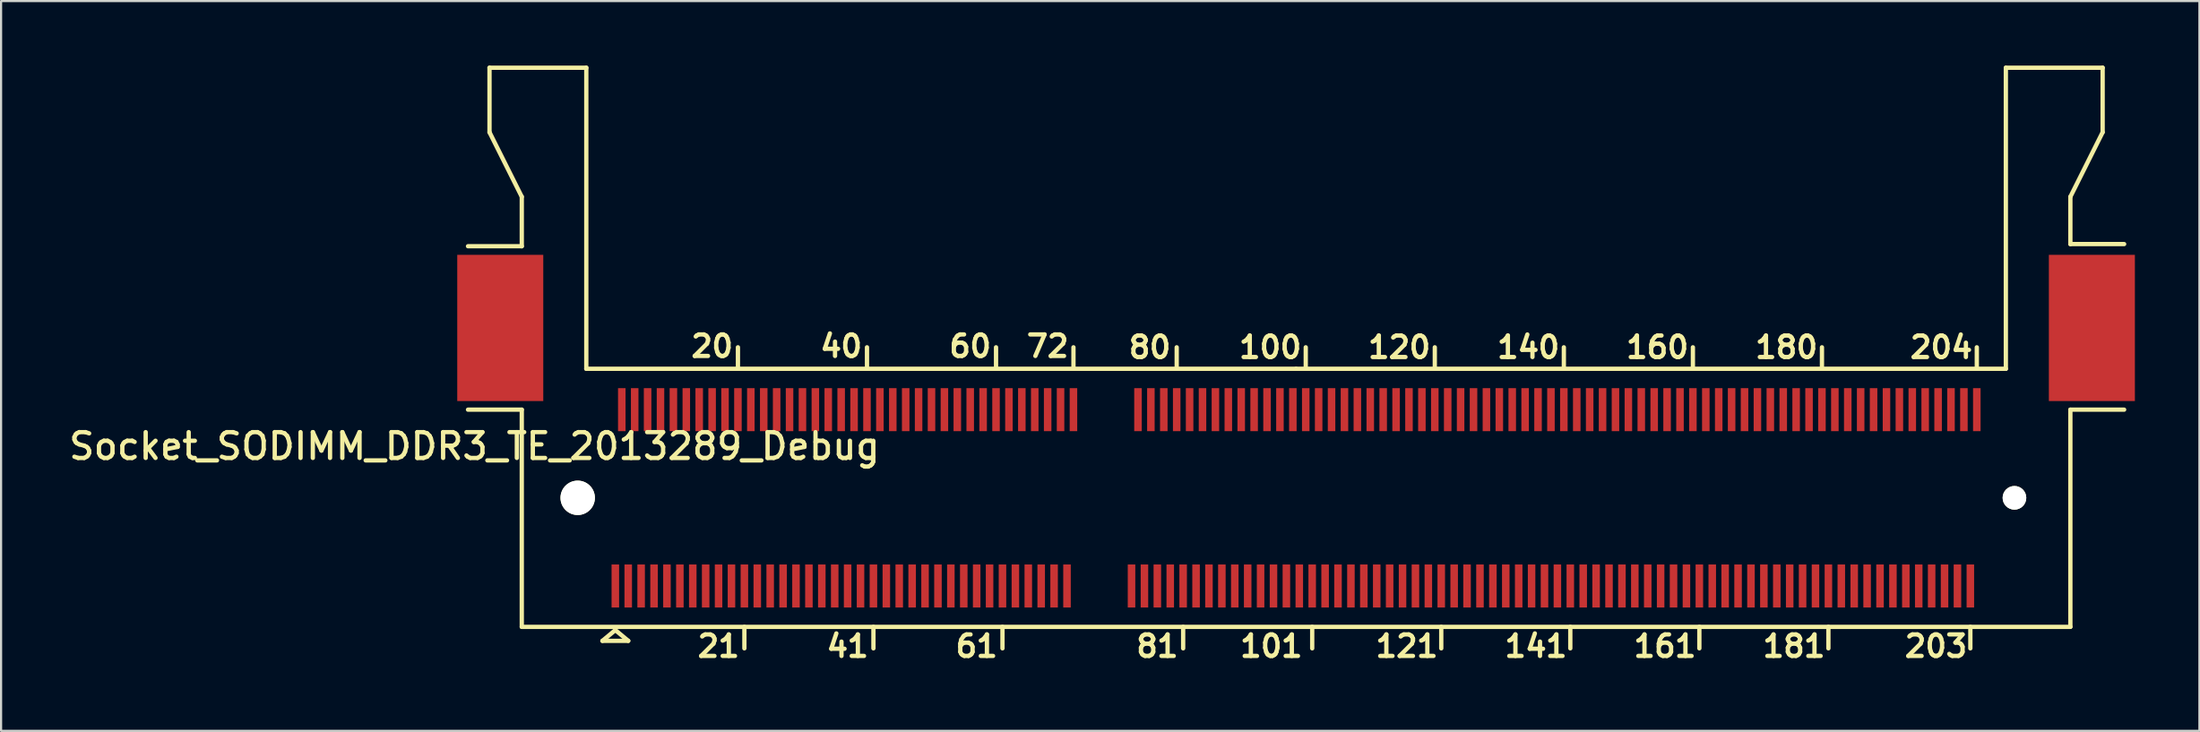
<source format=kicad_pcb>
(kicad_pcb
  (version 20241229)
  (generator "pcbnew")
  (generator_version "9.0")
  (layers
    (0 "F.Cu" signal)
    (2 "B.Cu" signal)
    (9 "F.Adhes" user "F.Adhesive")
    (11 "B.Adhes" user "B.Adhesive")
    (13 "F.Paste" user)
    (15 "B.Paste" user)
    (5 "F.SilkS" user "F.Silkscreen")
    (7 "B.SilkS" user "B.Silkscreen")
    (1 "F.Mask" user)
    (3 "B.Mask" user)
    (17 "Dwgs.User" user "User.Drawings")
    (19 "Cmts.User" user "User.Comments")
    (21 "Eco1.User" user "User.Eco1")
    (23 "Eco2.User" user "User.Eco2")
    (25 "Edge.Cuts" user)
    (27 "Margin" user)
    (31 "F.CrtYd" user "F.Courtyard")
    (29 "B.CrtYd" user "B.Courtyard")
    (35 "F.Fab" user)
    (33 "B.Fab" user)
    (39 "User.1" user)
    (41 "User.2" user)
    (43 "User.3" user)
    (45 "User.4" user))
  (footprint "Socket_SODIMM_DDR3_TE_2013289_Debug"
    (layer "F.Cu")
    (at 57.209 20.1)
    (property "Reference" "Socket_SODIMM_DDR3_TE_2013289_Debug" (at -38.2 -2.4 0) (layer "F.SilkS") (effects (font (size 1.2 1.2) (thickness 0.2))))
    (attr smd)
    (fp_line (start -37.5 -20) (end -37.5 -17) (stroke (width 0.2) (type solid)) (layer "F.SilkS"))
    (fp_line (start -37.5 -17) (end -36 -14) (stroke (width 0.2) (type solid)) (layer "F.SilkS"))
    (fp_line (start -36 -14) (end -36 -11.7) (stroke (width 0.2) (type solid)) (layer "F.SilkS"))
    (fp_line (start -36 -11.7) (end -38.5 -11.7) (stroke (width 0.2) (type solid)) (layer "F.SilkS"))
    (fp_line (start -36 -4.1) (end -38.5 -4.1) (stroke (width 0.2) (type solid)) (layer "F.SilkS"))
    (fp_line (start -36 -4.1) (end -36 6) (stroke (width 0.2) (type solid)) (layer "F.SilkS"))
    (fp_line (start -36 6) (end 36 6) (stroke (width 0.2) (type solid)) (layer "F.SilkS"))
    (fp_line (start -33 -20) (end -37.5 -20) (stroke (width 0.2) (type solid)) (layer "F.SilkS"))
    (fp_line (start -33 -6) (end -33 -20) (stroke (width 0.2) (type solid)) (layer "F.SilkS"))
    (fp_line (start -32.25 6.65) (end -31.65 6.15) (stroke (width 0.2) (type solid)) (layer "F.SilkS"))
    (fp_line (start -31.65 6.15) (end -31.05 6.65) (stroke (width 0.2) (type solid)) (layer "F.SilkS"))
    (fp_line (start -31.05 6.65) (end -32.25 6.65) (stroke (width 0.2) (type solid)) (layer "F.SilkS"))
    (fp_line (start -25.95 -6) (end -25.95 -7) (stroke (width 0.2) (type solid)) (layer "F.SilkS"))
    (fp_line (start -25.65 7) (end -25.65 6) (stroke (width 0.2) (type solid)) (layer "F.SilkS"))
    (fp_line (start -19.95 -6) (end -19.95 -7) (stroke (width 0.2) (type solid)) (layer "F.SilkS"))
    (fp_line (start -19.65 7) (end -19.65 6) (stroke (width 0.2) (type solid)) (layer "F.SilkS"))
    (fp_line (start -13.95 -6) (end -13.95 -7) (stroke (width 0.2) (type solid)) (layer "F.SilkS"))
    (fp_line (start -13.65 7) (end -13.65 6) (stroke (width 0.2) (type solid)) (layer "F.SilkS"))
    (fp_line (start -10.35 -6) (end -10.35 -7) (stroke (width 0.2) (type solid)) (layer "F.SilkS"))
    (fp_line (start -5.55 -6) (end -5.55 -7) (stroke (width 0.2) (type solid)) (layer "F.SilkS"))
    (fp_line (start -5.25 7) (end -5.25 6) (stroke (width 0.2) (type solid)) (layer "F.SilkS"))
    (fp_line (start 0 -6) (end -33 -6) (stroke (width 0.2) (type solid)) (layer "F.SilkS"))
    (fp_line (start 0.45 -6) (end 0.45 -7) (stroke (width 0.2) (type solid)) (layer "F.SilkS"))
    (fp_line (start 0.75 7) (end 0.75 6) (stroke (width 0.2) (type solid)) (layer "F.SilkS"))
    (fp_line (start 6.45 -6) (end 6.45 -7) (stroke (width 0.2) (type solid)) (layer "F.SilkS"))
    (fp_line (start 6.75 7) (end 6.75 6) (stroke (width 0.2) (type solid)) (layer "F.SilkS"))
    (fp_line (start 12.45 -6) (end 12.45 -7) (stroke (width 0.2) (type solid)) (layer "F.SilkS"))
    (fp_line (start 12.75 7) (end 12.75 6) (stroke (width 0.2) (type solid)) (layer "F.SilkS"))
    (fp_line (start 18.45 -6) (end 18.45 -7) (stroke (width 0.2) (type solid)) (layer "F.SilkS"))
    (fp_line (start 18.75 7) (end 18.75 6) (stroke (width 0.2) (type solid)) (layer "F.SilkS"))
    (fp_line (start 24.45 -6) (end 24.45 -7) (stroke (width 0.2) (type solid)) (layer "F.SilkS"))
    (fp_line (start 24.75 7) (end 24.75 6) (stroke (width 0.2) (type solid)) (layer "F.SilkS"))
    (fp_line (start 31.35 7) (end 31.35 6) (stroke (width 0.2) (type solid)) (layer "F.SilkS"))
    (fp_line (start 31.65 -6) (end 31.65 -7) (stroke (width 0.2) (type solid)) (layer "F.SilkS"))
    (fp_line (start 33 -20) (end 33 -6) (stroke (width 0.2) (type solid)) (layer "F.SilkS"))
    (fp_line (start 33 -6) (end 0 -6) (stroke (width 0.2) (type solid)) (layer "F.SilkS"))
    (fp_line (start 36 -14) (end 36 -11.8) (stroke (width 0.2) (type solid)) (layer "F.SilkS"))
    (fp_line (start 36 -14) (end 37.5 -17) (stroke (width 0.2) (type solid)) (layer "F.SilkS"))
    (fp_line (start 36 -11.8) (end 38.5 -11.8) (stroke (width 0.2) (type solid)) (layer "F.SilkS"))
    (fp_line (start 36 -4.1) (end 38.5 -4.1) (stroke (width 0.2) (type solid)) (layer "F.SilkS"))
    (fp_line (start 36 6) (end 36 -4.1) (stroke (width 0.2) (type solid)) (layer "F.SilkS"))
    (fp_line (start 37.5 -20) (end 33 -20) (stroke (width 0.2) (type solid)) (layer "F.SilkS"))
    (fp_line (start 37.5 -17) (end 37.5 -20) (stroke (width 0.2) (type solid)) (layer "F.SilkS"))
    (fp_text user "121" (at 5.15 6.9 0) (layer "F.SilkS") (effects (font (size 1 1) (thickness 0.2))))
    (fp_text user "120" (at 4.8 -7 0) (layer "F.SilkS") (effects (font (size 1 1) (thickness 0.2))))
    (fp_text user "41" (at -20.85 6.9 0) (layer "F.SilkS") (effects (font (size 1 1) (thickness 0.2))))
    (fp_text user "80" (at -6.8 -7 0) (layer "F.SilkS") (effects (font (size 1 1) (thickness 0.2))))
    (fp_text user "21" (at -26.85 6.9 0) (layer "F.SilkS") (effects (font (size 1 1) (thickness 0.2))))
    (fp_text user "60" (at -15.15 -7.05 0) (layer "F.SilkS") (effects (font (size 1 1) (thickness 0.2))))
    (fp_text user "141" (at 11.15 6.9 0) (layer "F.SilkS") (effects (font (size 1 1) (thickness 0.2))))
    (fp_text user "20" (at -27.15 -7.05 0) (layer "F.SilkS") (effects (font (size 1 1) (thickness 0.2))))
    (fp_text user "81" (at -6.45 6.9 0) (layer "F.SilkS") (effects (font (size 1 1) (thickness 0.2))))
    (fp_text user "61" (at -14.85 6.9 0) (layer "F.SilkS") (effects (font (size 1 1) (thickness 0.2))))
    (fp_text user "100" (at -1.2 -7 0) (layer "F.SilkS") (effects (font (size 1 1) (thickness 0.2))))
    (fp_text user "180" (at 22.8 -7 0) (layer "F.SilkS") (effects (font (size 1 1) (thickness 0.2))))
    (fp_text user "140" (at 10.8 -7 0) (layer "F.SilkS") (effects (font (size 1 1) (thickness 0.2))))
    (fp_text user "204" (at 30 -7 0) (layer "F.SilkS") (effects (font (size 1 1) (thickness 0.2))))
    (fp_text user "101" (at -1.15 6.9 0) (layer "F.SilkS") (effects (font (size 1 1) (thickness 0.2))))
    (fp_text user "181" (at 23.15 6.9 0) (layer "F.SilkS") (effects (font (size 1 1) (thickness 0.2))))
    (fp_text user "161" (at 17.15 6.9 0) (layer "F.SilkS") (effects (font (size 1 1) (thickness 0.2))))
    (fp_text user "160" (at 16.8 -7 0) (layer "F.SilkS") (effects (font (size 1 1) (thickness 0.2))))
    (fp_text user "72" (at -11.55 -7.05 0) (layer "F.SilkS") (effects (font (size 1 1) (thickness 0.2))))
    (fp_text user "203" (at 29.75 6.9 0) (layer "F.SilkS") (effects (font (size 1 1) (thickness 0.2))))
    (fp_text user "40" (at -21.15 -7.05 0) (layer "F.SilkS") (effects (font (size 1 1) (thickness 0.2))))
    (pad "" smd rect (at -37 -7.9) (size 4 6.8) (layers "F.Cu" "F.Mask" "F.Paste"))
    (pad "" np_thru_hole circle (at -33.4 0) (size 1.6 1.6) (drill 1.6) (layers "*.Cu" "*.Mask" "F.SilkS"))
    (pad "" np_thru_hole circle (at 33.4 0) (size 1.1 1.1) (drill 1.1) (layers "*.Cu" "*.Mask" "F.SilkS"))
    (pad "" smd rect (at 37 -7.9) (size 4 6.8) (layers "F.Cu" "F.Mask" "F.Paste"))
    (pad "1" smd rect (at -31.65 4.1) (size 0.35 2) (layers "F.Cu" "F.Mask" "F.Paste"))
    (pad "2" smd rect (at -31.35 -4.1) (size 0.35 2) (layers "F.Cu" "F.Mask" "F.Paste"))
    (pad "3" smd rect (at -31.05 4.1) (size 0.35 2) (layers "F.Cu" "F.Mask" "F.Paste"))
    (pad "4" smd rect (at -30.75 -4.1) (size 0.35 2) (layers "F.Cu" "F.Mask" "F.Paste"))
    (pad "5" smd rect (at -30.45 4.1) (size 0.35 2) (layers "F.Cu" "F.Mask" "F.Paste"))
    (pad "6" smd rect (at -30.15 -4.1) (size 0.35 2) (layers "F.Cu" "F.Mask" "F.Paste"))
    (pad "7" smd rect (at -29.85 4.1) (size 0.35 2) (layers "F.Cu" "F.Mask" "F.Paste"))
    (pad "8" smd rect (at -29.55 -4.1) (size 0.35 2) (layers "F.Cu" "F.Mask" "F.Paste"))
    (pad "9" smd rect (at -29.25 4.1) (size 0.35 2) (layers "F.Cu" "F.Mask" "F.Paste"))
    (pad "10" smd rect (at -28.95 -4.1) (size 0.35 2) (layers "F.Cu" "F.Mask" "F.Paste"))
    (pad "11" smd rect (at -28.65 4.1) (size 0.35 2) (layers "F.Cu" "F.Mask" "F.Paste"))
    (pad "12" smd rect (at -28.35 -4.1) (size 0.35 2) (layers "F.Cu" "F.Mask" "F.Paste"))
    (pad "13" smd rect (at -28.05 4.1) (size 0.35 2) (layers "F.Cu" "F.Mask" "F.Paste"))
    (pad "14" smd rect (at -27.75 -4.1) (size 0.35 2) (layers "F.Cu" "F.Mask" "F.Paste"))
    (pad "15" smd rect (at -27.45 4.1) (size 0.35 2) (layers "F.Cu" "F.Mask" "F.Paste"))
    (pad "16" smd rect (at -27.15 -4.1) (size 0.35 2) (layers "F.Cu" "F.Mask" "F.Paste"))
    (pad "17" smd rect (at -26.85 4.1) (size 0.35 2) (layers "F.Cu" "F.Mask" "F.Paste"))
    (pad "18" smd rect (at -26.55 -4.1) (size 0.35 2) (layers "F.Cu" "F.Mask" "F.Paste"))
    (pad "19" smd rect (at -26.25 4.1) (size 0.35 2) (layers "F.Cu" "F.Mask" "F.Paste"))
    (pad "20" smd rect (at -25.95 -4.1) (size 0.35 2) (layers "F.Cu" "F.Mask" "F.Paste"))
    (pad "21" smd rect (at -25.65 4.1) (size 0.35 2) (layers "F.Cu" "F.Mask" "F.Paste"))
    (pad "22" smd rect (at -25.35 -4.1) (size 0.35 2) (layers "F.Cu" "F.Mask" "F.Paste"))
    (pad "23" smd rect (at -25.05 4.1) (size 0.35 2) (layers "F.Cu" "F.Mask" "F.Paste"))
    (pad "24" smd rect (at -24.75 -4.1) (size 0.35 2) (layers "F.Cu" "F.Mask" "F.Paste"))
    (pad "25" smd rect (at -24.45 4.1) (size 0.35 2) (layers "F.Cu" "F.Mask" "F.Paste"))
    (pad "26" smd rect (at -24.15 -4.1) (size 0.35 2) (layers "F.Cu" "F.Mask" "F.Paste"))
    (pad "27" smd rect (at -23.85 4.1) (size 0.35 2) (layers "F.Cu" "F.Mask" "F.Paste"))
    (pad "28" smd rect (at -23.55 -4.1) (size 0.35 2) (layers "F.Cu" "F.Mask" "F.Paste"))
    (pad "29" smd rect (at -23.25 4.1) (size 0.35 2) (layers "F.Cu" "F.Mask" "F.Paste"))
    (pad "30" smd rect (at -22.95 -4.1) (size 0.35 2) (layers "F.Cu" "F.Mask" "F.Paste"))
    (pad "31" smd rect (at -22.65 4.1) (size 0.35 2) (layers "F.Cu" "F.Mask" "F.Paste"))
    (pad "32" smd rect (at -22.35 -4.1) (size 0.35 2) (layers "F.Cu" "F.Mask" "F.Paste"))
    (pad "33" smd rect (at -22.05 4.1) (size 0.35 2) (layers "F.Cu" "F.Mask" "F.Paste"))
    (pad "34" smd rect (at -21.75 -4.1) (size 0.35 2) (layers "F.Cu" "F.Mask" "F.Paste"))
    (pad "35" smd rect (at -21.45 4.1) (size 0.35 2) (layers "F.Cu" "F.Mask" "F.Paste"))
    (pad "36" smd rect (at -21.15 -4.1) (size 0.35 2) (layers "F.Cu" "F.Mask" "F.Paste"))
    (pad "37" smd rect (at -20.85 4.1) (size 0.35 2) (layers "F.Cu" "F.Mask" "F.Paste"))
    (pad "38" smd rect (at -20.55 -4.1) (size 0.35 2) (layers "F.Cu" "F.Mask" "F.Paste"))
    (pad "39" smd rect (at -20.25 4.1) (size 0.35 2) (layers "F.Cu" "F.Mask" "F.Paste"))
    (pad "40" smd rect (at -19.95 -4.1) (size 0.35 2) (layers "F.Cu" "F.Mask" "F.Paste"))
    (pad "41" smd rect (at -19.65 4.1) (size 0.35 2) (layers "F.Cu" "F.Mask" "F.Paste"))
    (pad "42" smd rect (at -19.35 -4.1) (size 0.35 2) (layers "F.Cu" "F.Mask" "F.Paste"))
    (pad "43" smd rect (at -19.05 4.1) (size 0.35 2) (layers "F.Cu" "F.Mask" "F.Paste"))
    (pad "44" smd rect (at -18.75 -4.1) (size 0.35 2) (layers "F.Cu" "F.Mask" "F.Paste"))
    (pad "45" smd rect (at -18.45 4.1) (size 0.35 2) (layers "F.Cu" "F.Mask" "F.Paste"))
    (pad "46" smd rect (at -18.15 -4.1) (size 0.35 2) (layers "F.Cu" "F.Mask" "F.Paste"))
    (pad "47" smd rect (at -17.85 4.1) (size 0.35 2) (layers "F.Cu" "F.Mask" "F.Paste"))
    (pad "48" smd rect (at -17.55 -4.1) (size 0.35 2) (layers "F.Cu" "F.Mask" "F.Paste"))
    (pad "49" smd rect (at -17.25 4.1) (size 0.35 2) (layers "F.Cu" "F.Mask" "F.Paste"))
    (pad "50" smd rect (at -16.95 -4.1) (size 0.35 2) (layers "F.Cu" "F.Mask" "F.Paste"))
    (pad "51" smd rect (at -16.65 4.1) (size 0.35 2) (layers "F.Cu" "F.Mask" "F.Paste"))
    (pad "52" smd rect (at -16.35 -4.1) (size 0.35 2) (layers "F.Cu" "F.Mask" "F.Paste"))
    (pad "53" smd rect (at -16.05 4.1) (size 0.35 2) (layers "F.Cu" "F.Mask" "F.Paste"))
    (pad "54" smd rect (at -15.75 -4.1) (size 0.35 2) (layers "F.Cu" "F.Mask" "F.Paste"))
    (pad "55" smd rect (at -15.45 4.1) (size 0.35 2) (layers "F.Cu" "F.Mask" "F.Paste"))
    (pad "56" smd rect (at -15.15 -4.1) (size 0.35 2) (layers "F.Cu" "F.Mask" "F.Paste"))
    (pad "57" smd rect (at -14.85 4.1) (size 0.35 2) (layers "F.Cu" "F.Mask" "F.Paste"))
    (pad "58" smd rect (at -14.55 -4.1) (size 0.35 2) (layers "F.Cu" "F.Mask" "F.Paste"))
    (pad "59" smd rect (at -14.25 4.1) (size 0.35 2) (layers "F.Cu" "F.Mask" "F.Paste"))
    (pad "60" smd rect (at -13.95 -4.1) (size 0.35 2) (layers "F.Cu" "F.Mask" "F.Paste"))
    (pad "61" smd rect (at -13.65 4.1) (size 0.35 2) (layers "F.Cu" "F.Mask" "F.Paste"))
    (pad "62" smd rect (at -13.35 -4.1) (size 0.35 2) (layers "F.Cu" "F.Mask" "F.Paste"))
    (pad "63" smd rect (at -13.05 4.1) (size 0.35 2) (layers "F.Cu" "F.Mask" "F.Paste"))
    (pad "64" smd rect (at -12.75 -4.1) (size 0.35 2) (layers "F.Cu" "F.Mask" "F.Paste"))
    (pad "65" smd rect (at -12.45 4.1) (size 0.35 2) (layers "F.Cu" "F.Mask" "F.Paste"))
    (pad "66" smd rect (at -12.15 -4.1) (size 0.35 2) (layers "F.Cu" "F.Mask" "F.Paste"))
    (pad "67" smd rect (at -11.85 4.1) (size 0.35 2) (layers "F.Cu" "F.Mask" "F.Paste"))
    (pad "68" smd rect (at -11.55 -4.1) (size 0.35 2) (layers "F.Cu" "F.Mask" "F.Paste"))
    (pad "69" smd rect (at -11.25 4.1) (size 0.35 2) (layers "F.Cu" "F.Mask" "F.Paste"))
    (pad "70" smd rect (at -10.95 -4.1) (size 0.35 2) (layers "F.Cu" "F.Mask" "F.Paste"))
    (pad "71" smd rect (at -10.65 4.1) (size 0.35 2) (layers "F.Cu" "F.Mask" "F.Paste"))
    (pad "72" smd rect (at -10.35 -4.1) (size 0.35 2) (layers "F.Cu" "F.Mask" "F.Paste"))
    (pad "73" smd rect (at -7.65 4.1) (size 0.35 2) (layers "F.Cu" "F.Mask" "F.Paste"))
    (pad "74" smd rect (at -7.35 -4.1) (size 0.35 2) (layers "F.Cu" "F.Mask" "F.Paste"))
    (pad "75" smd rect (at -7.05 4.1) (size 0.35 2) (layers "F.Cu" "F.Mask" "F.Paste"))
    (pad "76" smd rect (at -6.75 -4.1) (size 0.35 2) (layers "F.Cu" "F.Mask" "F.Paste"))
    (pad "77" smd rect (at -6.45 4.1) (size 0.35 2) (layers "F.Cu" "F.Mask" "F.Paste"))
    (pad "78" smd rect (at -6.15 -4.1) (size 0.35 2) (layers "F.Cu" "F.Mask" "F.Paste"))
    (pad "79" smd rect (at -5.85 4.1) (size 0.35 2) (layers "F.Cu" "F.Mask" "F.Paste"))
    (pad "80" smd rect (at -5.55 -4.1) (size 0.35 2) (layers "F.Cu" "F.Mask" "F.Paste"))
    (pad "81" smd rect (at -5.25 4.1) (size 0.35 2) (layers "F.Cu" "F.Mask" "F.Paste"))
    (pad "82" smd rect (at -4.95 -4.1) (size 0.35 2) (layers "F.Cu" "F.Mask" "F.Paste"))
    (pad "83" smd rect (at -4.65 4.1) (size 0.35 2) (layers "F.Cu" "F.Mask" "F.Paste"))
    (pad "84" smd rect (at -4.35 -4.1) (size 0.35 2) (layers "F.Cu" "F.Mask" "F.Paste"))
    (pad "85" smd rect (at -4.05 4.1) (size 0.35 2) (layers "F.Cu" "F.Mask" "F.Paste"))
    (pad "86" smd rect (at -3.75 -4.1) (size 0.35 2) (layers "F.Cu" "F.Mask" "F.Paste"))
    (pad "87" smd rect (at -3.45 4.1) (size 0.35 2) (layers "F.Cu" "F.Mask" "F.Paste"))
    (pad "88" smd rect (at -3.15 -4.1) (size 0.35 2) (layers "F.Cu" "F.Mask" "F.Paste"))
    (pad "89" smd rect (at -2.85 4.1) (size 0.35 2) (layers "F.Cu" "F.Mask" "F.Paste"))
    (pad "90" smd rect (at -2.55 -4.1) (size 0.35 2) (layers "F.Cu" "F.Mask" "F.Paste"))
    (pad "91" smd rect (at -2.25 4.1) (size 0.35 2) (layers "F.Cu" "F.Mask" "F.Paste"))
    (pad "92" smd rect (at -1.95 -4.1) (size 0.35 2) (layers "F.Cu" "F.Mask" "F.Paste"))
    (pad "93" smd rect (at -1.65 4.1) (size 0.35 2) (layers "F.Cu" "F.Mask" "F.Paste"))
    (pad "94" smd rect (at -1.35 -4.1) (size 0.35 2) (layers "F.Cu" "F.Mask" "F.Paste"))
    (pad "95" smd rect (at -1.05 4.1) (size 0.35 2) (layers "F.Cu" "F.Mask" "F.Paste"))
    (pad "96" smd rect (at -0.75 -4.1) (size 0.35 2) (layers "F.Cu" "F.Mask" "F.Paste"))
    (pad "97" smd rect (at -0.45 4.1) (size 0.35 2) (layers "F.Cu" "F.Mask" "F.Paste"))
    (pad "98" smd rect (at -0.15 -4.1) (size 0.35 2) (layers "F.Cu" "F.Mask" "F.Paste"))
    (pad "99" smd rect (at 0.15 4.1) (size 0.35 2) (layers "F.Cu" "F.Mask" "F.Paste"))
    (pad "100" smd rect (at 0.45 -4.1) (size 0.35 2) (layers "F.Cu" "F.Mask" "F.Paste"))
    (pad "101" smd rect (at 0.75 4.1) (size 0.35 2) (layers "F.Cu" "F.Mask" "F.Paste"))
    (pad "102" smd rect (at 1.05 -4.1) (size 0.35 2) (layers "F.Cu" "F.Mask" "F.Paste"))
    (pad "103" smd rect (at 1.35 4.1) (size 0.35 2) (layers "F.Cu" "F.Mask" "F.Paste"))
    (pad "104" smd rect (at 1.65 -4.1) (size 0.35 2) (layers "F.Cu" "F.Mask" "F.Paste"))
    (pad "105" smd rect (at 1.95 4.1) (size 0.35 2) (layers "F.Cu" "F.Mask" "F.Paste"))
    (pad "106" smd rect (at 2.25 -4.1) (size 0.35 2) (layers "F.Cu" "F.Mask" "F.Paste"))
    (pad "107" smd rect (at 2.55 4.1) (size 0.35 2) (layers "F.Cu" "F.Mask" "F.Paste"))
    (pad "108" smd rect (at 2.85 -4.1) (size 0.35 2) (layers "F.Cu" "F.Mask" "F.Paste"))
    (pad "109" smd rect (at 3.15 4.1) (size 0.35 2) (layers "F.Cu" "F.Mask" "F.Paste"))
    (pad "110" smd rect (at 3.45 -4.1) (size 0.35 2) (layers "F.Cu" "F.Mask" "F.Paste"))
    (pad "111" smd rect (at 3.75 4.1) (size 0.35 2) (layers "F.Cu" "F.Mask" "F.Paste"))
    (pad "112" smd rect (at 4.05 -4.1) (size 0.35 2) (layers "F.Cu" "F.Mask" "F.Paste"))
    (pad "113" smd rect (at 4.35 4.1) (size 0.35 2) (layers "F.Cu" "F.Mask" "F.Paste"))
    (pad "114" smd rect (at 4.65 -4.1) (size 0.35 2) (layers "F.Cu" "F.Mask" "F.Paste"))
    (pad "115" smd rect (at 4.95 4.1) (size 0.35 2) (layers "F.Cu" "F.Mask" "F.Paste"))
    (pad "116" smd rect (at 5.25 -4.1) (size 0.35 2) (layers "F.Cu" "F.Mask" "F.Paste"))
    (pad "117" smd rect (at 5.55 4.1) (size 0.35 2) (layers "F.Cu" "F.Mask" "F.Paste"))
    (pad "118" smd rect (at 5.85 -4.1) (size 0.35 2) (layers "F.Cu" "F.Mask" "F.Paste"))
    (pad "119" smd rect (at 6.15 4.1) (size 0.35 2) (layers "F.Cu" "F.Mask" "F.Paste"))
    (pad "120" smd rect (at 6.45 -4.1) (size 0.35 2) (layers "F.Cu" "F.Mask" "F.Paste"))
    (pad "121" smd rect (at 6.75 4.1) (size 0.35 2) (layers "F.Cu" "F.Mask" "F.Paste"))
    (pad "122" smd rect (at 7.05 -4.1) (size 0.35 2) (layers "F.Cu" "F.Mask" "F.Paste"))
    (pad "123" smd rect (at 7.35 4.1) (size 0.35 2) (layers "F.Cu" "F.Mask" "F.Paste"))
    (pad "124" smd rect (at 7.65 -4.1) (size 0.35 2) (layers "F.Cu" "F.Mask" "F.Paste"))
    (pad "125" smd rect (at 7.95 4.1) (size 0.35 2) (layers "F.Cu" "F.Mask" "F.Paste"))
    (pad "126" smd rect (at 8.25 -4.1) (size 0.35 2) (layers "F.Cu" "F.Mask" "F.Paste"))
    (pad "127" smd rect (at 8.55 4.1) (size 0.35 2) (layers "F.Cu" "F.Mask" "F.Paste"))
    (pad "128" smd rect (at 8.85 -4.1) (size 0.35 2) (layers "F.Cu" "F.Mask" "F.Paste"))
    (pad "129" smd rect (at 9.15 4.1) (size 0.35 2) (layers "F.Cu" "F.Mask" "F.Paste"))
    (pad "130" smd rect (at 9.45 -4.1) (size 0.35 2) (layers "F.Cu" "F.Mask" "F.Paste"))
    (pad "131" smd rect (at 9.75 4.1) (size 0.35 2) (layers "F.Cu" "F.Mask" "F.Paste"))
    (pad "132" smd rect (at 10.05 -4.1) (size 0.35 2) (layers "F.Cu" "F.Mask" "F.Paste"))
    (pad "133" smd rect (at 10.35 4.1) (size 0.35 2) (layers "F.Cu" "F.Mask" "F.Paste"))
    (pad "134" smd rect (at 10.65 -4.1) (size 0.35 2) (layers "F.Cu" "F.Mask" "F.Paste"))
    (pad "135" smd rect (at 10.95 4.1) (size 0.35 2) (layers "F.Cu" "F.Mask" "F.Paste"))
    (pad "136" smd rect (at 11.25 -4.1) (size 0.35 2) (layers "F.Cu" "F.Mask" "F.Paste"))
    (pad "137" smd rect (at 11.55 4.1) (size 0.35 2) (layers "F.Cu" "F.Mask" "F.Paste"))
    (pad "138" smd rect (at 11.85 -4.1) (size 0.35 2) (layers "F.Cu" "F.Mask" "F.Paste"))
    (pad "139" smd rect (at 12.15 4.1) (size 0.35 2) (layers "F.Cu" "F.Mask" "F.Paste"))
    (pad "140" smd rect (at 12.45 -4.1) (size 0.35 2) (layers "F.Cu" "F.Mask" "F.Paste"))
    (pad "141" smd rect (at 12.75 4.1) (size 0.35 2) (layers "F.Cu" "F.Mask" "F.Paste"))
    (pad "142" smd rect (at 13.05 -4.1) (size 0.35 2) (layers "F.Cu" "F.Mask" "F.Paste"))
    (pad "143" smd rect (at 13.35 4.1) (size 0.35 2) (layers "F.Cu" "F.Mask" "F.Paste"))
    (pad "144" smd rect (at 13.65 -4.1) (size 0.35 2) (layers "F.Cu" "F.Mask" "F.Paste"))
    (pad "145" smd rect (at 13.95 4.1) (size 0.35 2) (layers "F.Cu" "F.Mask" "F.Paste"))
    (pad "146" smd rect (at 14.25 -4.1) (size 0.35 2) (layers "F.Cu" "F.Mask" "F.Paste"))
    (pad "147" smd rect (at 14.55 4.1) (size 0.35 2) (layers "F.Cu" "F.Mask" "F.Paste"))
    (pad "148" smd rect (at 14.85 -4.1) (size 0.35 2) (layers "F.Cu" "F.Mask" "F.Paste"))
    (pad "149" smd rect (at 15.15 4.1) (size 0.35 2) (layers "F.Cu" "F.Mask" "F.Paste"))
    (pad "150" smd rect (at 15.45 -4.1) (size 0.35 2) (layers "F.Cu" "F.Mask" "F.Paste"))
    (pad "151" smd rect (at 15.75 4.1) (size 0.35 2) (layers "F.Cu" "F.Mask" "F.Paste"))
    (pad "152" smd rect (at 16.05 -4.1) (size 0.35 2) (layers "F.Cu" "F.Mask" "F.Paste"))
    (pad "153" smd rect (at 16.35 4.1) (size 0.35 2) (layers "F.Cu" "F.Mask" "F.Paste"))
    (pad "154" smd rect (at 16.65 -4.1) (size 0.35 2) (layers "F.Cu" "F.Mask" "F.Paste"))
    (pad "155" smd rect (at 16.95 4.1) (size 0.35 2) (layers "F.Cu" "F.Mask" "F.Paste"))
    (pad "156" smd rect (at 17.25 -4.1) (size 0.35 2) (layers "F.Cu" "F.Mask" "F.Paste"))
    (pad "157" smd rect (at 17.55 4.1) (size 0.35 2) (layers "F.Cu" "F.Mask" "F.Paste"))
    (pad "158" smd rect (at 17.85 -4.1) (size 0.35 2) (layers "F.Cu" "F.Mask" "F.Paste"))
    (pad "159" smd rect (at 18.15 4.1) (size 0.35 2) (layers "F.Cu" "F.Mask" "F.Paste"))
    (pad "160" smd rect (at 18.45 -4.1) (size 0.35 2) (layers "F.Cu" "F.Mask" "F.Paste"))
    (pad "161" smd rect (at 18.75 4.1) (size 0.35 2) (layers "F.Cu" "F.Mask" "F.Paste"))
    (pad "162" smd rect (at 19.05 -4.1) (size 0.35 2) (layers "F.Cu" "F.Mask" "F.Paste"))
    (pad "163" smd rect (at 19.35 4.1) (size 0.35 2) (layers "F.Cu" "F.Mask" "F.Paste"))
    (pad "164" smd rect (at 19.65 -4.1) (size 0.35 2) (layers "F.Cu" "F.Mask" "F.Paste"))
    (pad "165" smd rect (at 19.95 4.1) (size 0.35 2) (layers "F.Cu" "F.Mask" "F.Paste"))
    (pad "166" smd rect (at 20.25 -4.1) (size 0.35 2) (layers "F.Cu" "F.Mask" "F.Paste"))
    (pad "167" smd rect (at 20.55 4.1) (size 0.35 2) (layers "F.Cu" "F.Mask" "F.Paste"))
    (pad "168" smd rect (at 20.85 -4.1) (size 0.35 2) (layers "F.Cu" "F.Mask" "F.Paste"))
    (pad "169" smd rect (at 21.15 4.1) (size 0.35 2) (layers "F.Cu" "F.Mask" "F.Paste"))
    (pad "170" smd rect (at 21.45 -4.1) (size 0.35 2) (layers "F.Cu" "F.Mask" "F.Paste"))
    (pad "171" smd rect (at 21.75 4.1) (size 0.35 2) (layers "F.Cu" "F.Mask" "F.Paste"))
    (pad "172" smd rect (at 22.05 -4.1) (size 0.35 2) (layers "F.Cu" "F.Mask" "F.Paste"))
    (pad "173" smd rect (at 22.35 4.1) (size 0.35 2) (layers "F.Cu" "F.Mask" "F.Paste"))
    (pad "174" smd rect (at 22.65 -4.1) (size 0.35 2) (layers "F.Cu" "F.Mask" "F.Paste"))
    (pad "175" smd rect (at 22.95 4.1) (size 0.35 2) (layers "F.Cu" "F.Mask" "F.Paste"))
    (pad "176" smd rect (at 23.25 -4.1) (size 0.35 2) (layers "F.Cu" "F.Mask" "F.Paste"))
    (pad "177" smd rect (at 23.55 4.1) (size 0.35 2) (layers "F.Cu" "F.Mask" "F.Paste"))
    (pad "178" smd rect (at 23.85 -4.1) (size 0.35 2) (layers "F.Cu" "F.Mask" "F.Paste"))
    (pad "179" smd rect (at 24.15 4.1) (size 0.35 2) (layers "F.Cu" "F.Mask" "F.Paste"))
    (pad "180" smd rect (at 24.45 -4.1) (size 0.35 2) (layers "F.Cu" "F.Mask" "F.Paste"))
    (pad "181" smd rect (at 24.75 4.1) (size 0.35 2) (layers "F.Cu" "F.Mask" "F.Paste"))
    (pad "182" smd rect (at 25.05 -4.1) (size 0.35 2) (layers "F.Cu" "F.Mask" "F.Paste"))
    (pad "183" smd rect (at 25.35 4.1) (size 0.35 2) (layers "F.Cu" "F.Mask" "F.Paste"))
    (pad "184" smd rect (at 25.65 -4.1) (size 0.35 2) (layers "F.Cu" "F.Mask" "F.Paste"))
    (pad "185" smd rect (at 25.95 4.1) (size 0.35 2) (layers "F.Cu" "F.Mask" "F.Paste"))
    (pad "186" smd rect (at 26.25 -4.1) (size 0.35 2) (layers "F.Cu" "F.Mask" "F.Paste"))
    (pad "187" smd rect (at 26.55 4.1) (size 0.35 2) (layers "F.Cu" "F.Mask" "F.Paste"))
    (pad "188" smd rect (at 26.85 -4.1) (size 0.35 2) (layers "F.Cu" "F.Mask" "F.Paste"))
    (pad "189" smd rect (at 27.15 4.1) (size 0.35 2) (layers "F.Cu" "F.Mask" "F.Paste"))
    (pad "190" smd rect (at 27.45 -4.1) (size 0.35 2) (layers "F.Cu" "F.Mask" "F.Paste"))
    (pad "191" smd rect (at 27.75 4.1) (size 0.35 2) (layers "F.Cu" "F.Mask" "F.Paste"))
    (pad "192" smd rect (at 28.05 -4.1) (size 0.35 2) (layers "F.Cu" "F.Mask" "F.Paste"))
    (pad "193" smd rect (at 28.35 4.1) (size 0.35 2) (layers "F.Cu" "F.Mask" "F.Paste"))
    (pad "194" smd rect (at 28.65 -4.1) (size 0.35 2) (layers "F.Cu" "F.Mask" "F.Paste"))
    (pad "195" smd rect (at 28.95 4.1) (size 0.35 2) (layers "F.Cu" "F.Mask" "F.Paste"))
    (pad "196" smd rect (at 29.25 -4.1) (size 0.35 2) (layers "F.Cu" "F.Mask" "F.Paste"))
    (pad "197" smd rect (at 29.55 4.1) (size 0.35 2) (layers "F.Cu" "F.Mask" "F.Paste"))
    (pad "198" smd rect (at 29.85 -4.1) (size 0.35 2) (layers "F.Cu" "F.Mask" "F.Paste"))
    (pad "199" smd rect (at 30.15 4.1) (size 0.35 2) (layers "F.Cu" "F.Mask" "F.Paste"))
    (pad "200" smd rect (at 30.45 -4.1) (size 0.35 2) (layers "F.Cu" "F.Mask" "F.Paste"))
    (pad "201" smd rect (at 30.75 4.1) (size 0.35 2) (layers "F.Cu" "F.Mask" "F.Paste"))
    (pad "202" smd rect (at 31.05 -4.1) (size 0.35 2) (layers "F.Cu" "F.Mask" "F.Paste"))
    (pad "203" smd rect (at 31.35 4.1) (size 0.35 2) (layers "F.Cu" "F.Mask" "F.Paste"))
    (pad "204" smd rect (at 31.65 -4.1) (size 0.35 2) (layers "F.Cu" "F.Mask" "F.Paste")))
  (gr_rect
    (start -3 -3)
    (end 99.209 30.936)
    (stroke (width 0.1) (type default))
    (fill no)
    (layer "Edge.Cuts")))
</source>
